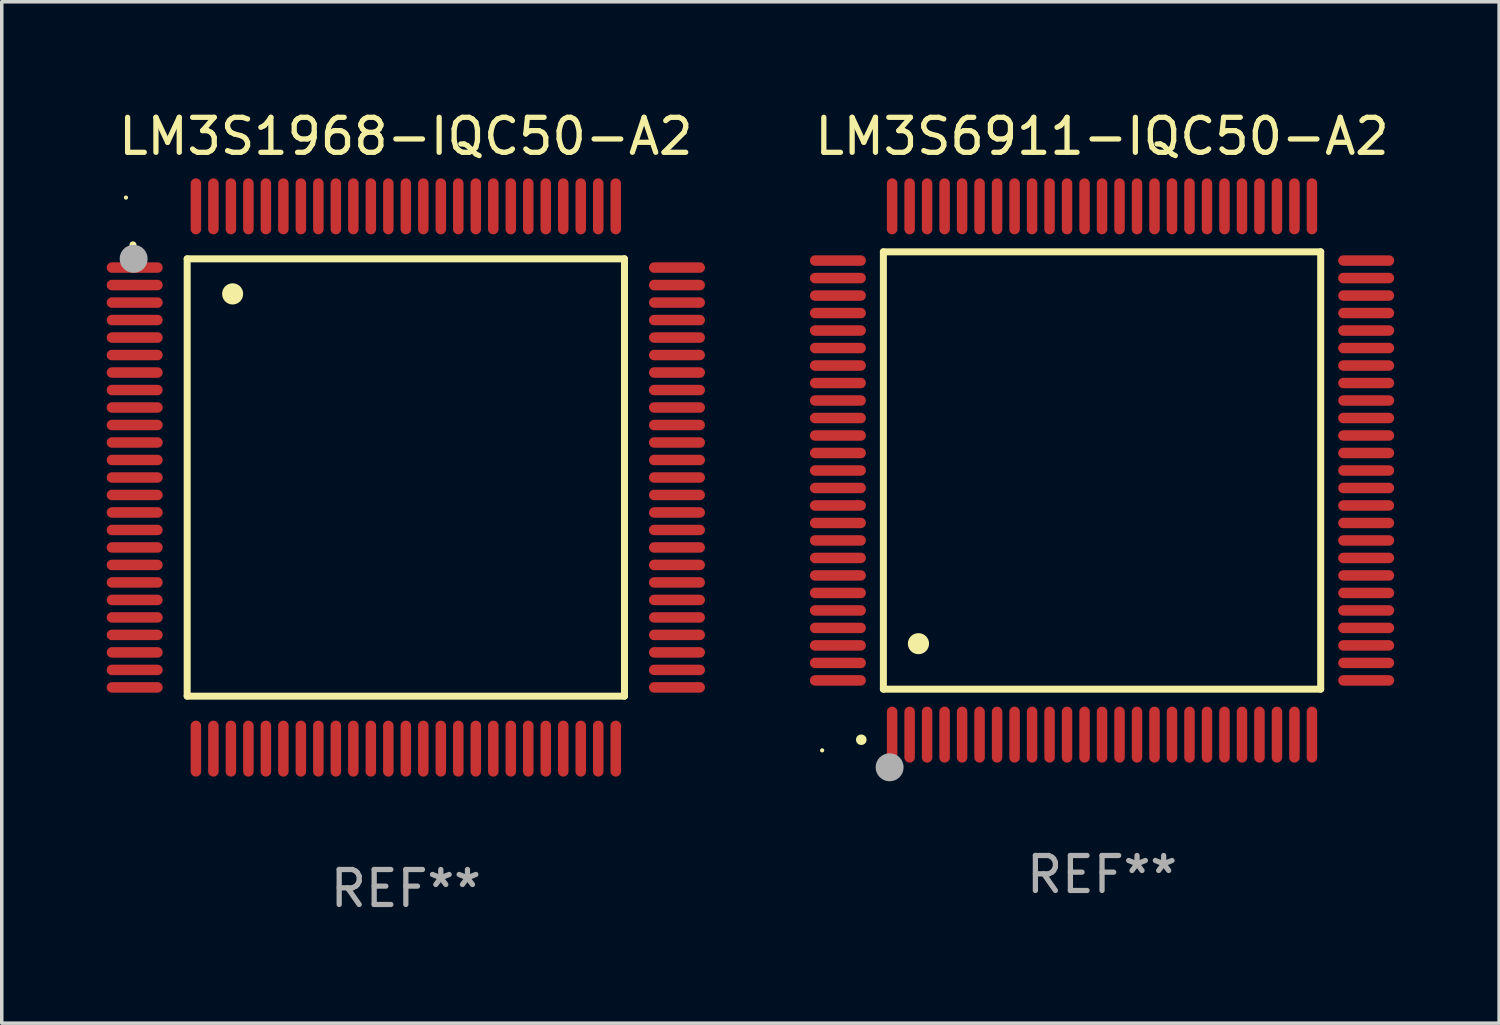
<source format=kicad_pcb>
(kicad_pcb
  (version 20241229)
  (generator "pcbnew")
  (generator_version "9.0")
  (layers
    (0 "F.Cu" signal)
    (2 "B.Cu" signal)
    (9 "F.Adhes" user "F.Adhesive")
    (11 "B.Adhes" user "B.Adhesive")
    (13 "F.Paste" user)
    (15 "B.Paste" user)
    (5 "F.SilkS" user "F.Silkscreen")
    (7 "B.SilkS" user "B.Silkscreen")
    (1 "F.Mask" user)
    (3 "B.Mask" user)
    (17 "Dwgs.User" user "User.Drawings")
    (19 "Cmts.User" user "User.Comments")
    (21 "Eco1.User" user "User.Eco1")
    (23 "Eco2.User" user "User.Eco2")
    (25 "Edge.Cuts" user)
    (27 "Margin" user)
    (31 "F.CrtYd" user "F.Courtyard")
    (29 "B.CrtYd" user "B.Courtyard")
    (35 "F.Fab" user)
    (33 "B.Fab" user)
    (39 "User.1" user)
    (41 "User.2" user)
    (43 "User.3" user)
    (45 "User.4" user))
  (footprint "LM3S1968-IQC50-A2"
    (layer "F.Cu")
    (at 8.55 10.598)
    (property "Reference" "LM3S1968-IQC50-A2" (at 0 -9.75 0) (layer "F.SilkS") (effects (font (size 1 1) (thickness 0.15))))
    (attr through_hole)
    (fp_line (start -6.25 -6.25) (end -6.25 6.25) (stroke (width 0.2) (type solid)) (layer "F.SilkS"))
    (fp_line (start -6.25 6.25) (end 6.25 6.25) (stroke (width 0.2) (type solid)) (layer "F.SilkS"))
    (fp_line (start 6.25 -6.25) (end -6.25 -6.25) (stroke (width 0.2) (type solid)) (layer "F.SilkS"))
    (fp_line (start 6.25 6.25) (end 6.25 -6.25) (stroke (width 0.2) (type solid)) (layer "F.SilkS"))
    (fp_arc (start -7.799568 -6.647625) (mid -7.799571 -6.648463) (end -7.799568 -6.649301) (stroke (width 0.2) (type solid)) (layer "F.SilkS"))
    (fp_arc (start -4.95047 -5.245111) (mid -4.950481 -5.247651) (end -4.95047 -5.250191) (stroke (width 0.6) (type solid)) (layer "F.SilkS"))
    (fp_circle (center -8 -8) (end -7.97 -8) (stroke (width 0.06) (type solid)) (fill no) (layer "F.SilkS"))
    (fp_circle (center -7.78 -6.25) (end -7.58 -6.25) (stroke (width 0.4) (type solid)) (fill no) (layer "F.Fab"))
    (fp_text user "REF**" (at 0 11.75 0) (layer "F.Fab") (effects (font (size 1 1) (thickness 0.15))))
    (pad "1" smd oval (at -7.75 -6 90) (size 0.3 1.6) (layers "F.Cu" "F.Mask" "F.Paste"))
    (pad "2" smd oval (at -7.75 -5.5 90) (size 0.3 1.6) (layers "F.Cu" "F.Mask" "F.Paste"))
    (pad "3" smd oval (at -7.75 -5 90) (size 0.3 1.6) (layers "F.Cu" "F.Mask" "F.Paste"))
    (pad "4" smd oval (at -7.75 -4.5 90) (size 0.3 1.6) (layers "F.Cu" "F.Mask" "F.Paste"))
    (pad "5" smd oval (at -7.75 -4 90) (size 0.3 1.6) (layers "F.Cu" "F.Mask" "F.Paste"))
    (pad "6" smd oval (at -7.75 -3.5 90) (size 0.3 1.6) (layers "F.Cu" "F.Mask" "F.Paste"))
    (pad "7" smd oval (at -7.75 -3 90) (size 0.3 1.6) (layers "F.Cu" "F.Mask" "F.Paste"))
    (pad "8" smd oval (at -7.75 -2.5 90) (size 0.3 1.6) (layers "F.Cu" "F.Mask" "F.Paste"))
    (pad "9" smd oval (at -7.75 -2 90) (size 0.3 1.6) (layers "F.Cu" "F.Mask" "F.Paste"))
    (pad "10" smd oval (at -7.75 -1.5 90) (size 0.3 1.6) (layers "F.Cu" "F.Mask" "F.Paste"))
    (pad "11" smd oval (at -7.75 -1 90) (size 0.3 1.6) (layers "F.Cu" "F.Mask" "F.Paste"))
    (pad "12" smd oval (at -7.75 -0.5 90) (size 0.3 1.6) (layers "F.Cu" "F.Mask" "F.Paste"))
    (pad "13" smd oval (at -7.75 0 90) (size 0.3 1.6) (layers "F.Cu" "F.Mask" "F.Paste"))
    (pad "14" smd oval (at -7.75 0.5 90) (size 0.3 1.6) (layers "F.Cu" "F.Mask" "F.Paste"))
    (pad "15" smd oval (at -7.75 1 90) (size 0.3 1.6) (layers "F.Cu" "F.Mask" "F.Paste"))
    (pad "16" smd oval (at -7.75 1.5 90) (size 0.3 1.6) (layers "F.Cu" "F.Mask" "F.Paste"))
    (pad "17" smd oval (at -7.75 2 90) (size 0.3 1.6) (layers "F.Cu" "F.Mask" "F.Paste"))
    (pad "18" smd oval (at -7.75 2.5 90) (size 0.3 1.6) (layers "F.Cu" "F.Mask" "F.Paste"))
    (pad "19" smd oval (at -7.75 3 90) (size 0.3 1.6) (layers "F.Cu" "F.Mask" "F.Paste"))
    (pad "20" smd oval (at -7.75 3.5 90) (size 0.3 1.6) (layers "F.Cu" "F.Mask" "F.Paste"))
    (pad "21" smd oval (at -7.75 4 90) (size 0.3 1.6) (layers "F.Cu" "F.Mask" "F.Paste"))
    (pad "22" smd oval (at -7.75 4.5 90) (size 0.3 1.6) (layers "F.Cu" "F.Mask" "F.Paste"))
    (pad "23" smd oval (at -7.75 5 90) (size 0.3 1.6) (layers "F.Cu" "F.Mask" "F.Paste"))
    (pad "24" smd oval (at -7.75 5.5 90) (size 0.3 1.6) (layers "F.Cu" "F.Mask" "F.Paste"))
    (pad "25" smd oval (at -7.75 6 90) (size 0.3 1.6) (layers "F.Cu" "F.Mask" "F.Paste"))
    (pad "26" smd oval (at -6 7.75) (size 0.3 1.6) (layers "F.Cu" "F.Mask" "F.Paste"))
    (pad "27" smd oval (at -5.5 7.75) (size 0.3 1.6) (layers "F.Cu" "F.Mask" "F.Paste"))
    (pad "28" smd oval (at -5 7.75) (size 0.3 1.6) (layers "F.Cu" "F.Mask" "F.Paste"))
    (pad "29" smd oval (at -4.5 7.75) (size 0.3 1.6) (layers "F.Cu" "F.Mask" "F.Paste"))
    (pad "30" smd oval (at -4 7.75) (size 0.3 1.6) (layers "F.Cu" "F.Mask" "F.Paste"))
    (pad "31" smd oval (at -3.5 7.75) (size 0.3 1.6) (layers "F.Cu" "F.Mask" "F.Paste"))
    (pad "32" smd oval (at -3 7.75) (size 0.3 1.6) (layers "F.Cu" "F.Mask" "F.Paste"))
    (pad "33" smd oval (at -2.5 7.75) (size 0.3 1.6) (layers "F.Cu" "F.Mask" "F.Paste"))
    (pad "34" smd oval (at -2 7.75) (size 0.3 1.6) (layers "F.Cu" "F.Mask" "F.Paste"))
    (pad "35" smd oval (at -1.5 7.75) (size 0.3 1.6) (layers "F.Cu" "F.Mask" "F.Paste"))
    (pad "36" smd oval (at -1 7.75) (size 0.3 1.6) (layers "F.Cu" "F.Mask" "F.Paste"))
    (pad "37" smd oval (at -0.5 7.75) (size 0.3 1.6) (layers "F.Cu" "F.Mask" "F.Paste"))
    (pad "38" smd oval (at 0 7.75) (size 0.3 1.6) (layers "F.Cu" "F.Mask" "F.Paste"))
    (pad "39" smd oval (at 0.5 7.75) (size 0.3 1.6) (layers "F.Cu" "F.Mask" "F.Paste"))
    (pad "40" smd oval (at 1 7.75) (size 0.3 1.6) (layers "F.Cu" "F.Mask" "F.Paste"))
    (pad "41" smd oval (at 1.5 7.75) (size 0.3 1.6) (layers "F.Cu" "F.Mask" "F.Paste"))
    (pad "42" smd oval (at 2 7.75) (size 0.3 1.6) (layers "F.Cu" "F.Mask" "F.Paste"))
    (pad "43" smd oval (at 2.5 7.75) (size 0.3 1.6) (layers "F.Cu" "F.Mask" "F.Paste"))
    (pad "44" smd oval (at 3 7.75) (size 0.3 1.6) (layers "F.Cu" "F.Mask" "F.Paste"))
    (pad "45" smd oval (at 3.5 7.75) (size 0.3 1.6) (layers "F.Cu" "F.Mask" "F.Paste"))
    (pad "46" smd oval (at 4 7.75) (size 0.3 1.6) (layers "F.Cu" "F.Mask" "F.Paste"))
    (pad "47" smd oval (at 4.5 7.75) (size 0.3 1.6) (layers "F.Cu" "F.Mask" "F.Paste"))
    (pad "48" smd oval (at 5 7.75) (size 0.3 1.6) (layers "F.Cu" "F.Mask" "F.Paste"))
    (pad "49" smd oval (at 5.5 7.75) (size 0.3 1.6) (layers "F.Cu" "F.Mask" "F.Paste"))
    (pad "50" smd oval (at 6 7.75) (size 0.3 1.6) (layers "F.Cu" "F.Mask" "F.Paste"))
    (pad "51" smd oval (at 7.75 6 90) (size 0.3 1.6) (layers "F.Cu" "F.Mask" "F.Paste"))
    (pad "52" smd oval (at 7.75 5.5 90) (size 0.3 1.6) (layers "F.Cu" "F.Mask" "F.Paste"))
    (pad "53" smd oval (at 7.75 5 90) (size 0.3 1.6) (layers "F.Cu" "F.Mask" "F.Paste"))
    (pad "54" smd oval (at 7.75 4.5 90) (size 0.3 1.6) (layers "F.Cu" "F.Mask" "F.Paste"))
    (pad "55" smd oval (at 7.75 4 90) (size 0.3 1.6) (layers "F.Cu" "F.Mask" "F.Paste"))
    (pad "56" smd oval (at 7.75 3.5 90) (size 0.3 1.6) (layers "F.Cu" "F.Mask" "F.Paste"))
    (pad "57" smd oval (at 7.75 3 90) (size 0.3 1.6) (layers "F.Cu" "F.Mask" "F.Paste"))
    (pad "58" smd oval (at 7.75 2.5 90) (size 0.3 1.6) (layers "F.Cu" "F.Mask" "F.Paste"))
    (pad "59" smd oval (at 7.75 2 90) (size 0.3 1.6) (layers "F.Cu" "F.Mask" "F.Paste"))
    (pad "60" smd oval (at 7.75 1.5 90) (size 0.3 1.6) (layers "F.Cu" "F.Mask" "F.Paste"))
    (pad "61" smd oval (at 7.75 1 90) (size 0.3 1.6) (layers "F.Cu" "F.Mask" "F.Paste"))
    (pad "62" smd oval (at 7.75 0.5 90) (size 0.3 1.6) (layers "F.Cu" "F.Mask" "F.Paste"))
    (pad "63" smd oval (at 7.75 0 90) (size 0.3 1.6) (layers "F.Cu" "F.Mask" "F.Paste"))
    (pad "64" smd oval (at 7.75 -0.5 90) (size 0.3 1.6) (layers "F.Cu" "F.Mask" "F.Paste"))
    (pad "65" smd oval (at 7.75 -1 90) (size 0.3 1.6) (layers "F.Cu" "F.Mask" "F.Paste"))
    (pad "66" smd oval (at 7.75 -1.5 90) (size 0.3 1.6) (layers "F.Cu" "F.Mask" "F.Paste"))
    (pad "67" smd oval (at 7.75 -2 90) (size 0.3 1.6) (layers "F.Cu" "F.Mask" "F.Paste"))
    (pad "68" smd oval (at 7.75 -2.5 90) (size 0.3 1.6) (layers "F.Cu" "F.Mask" "F.Paste"))
    (pad "69" smd oval (at 7.75 -3 90) (size 0.3 1.6) (layers "F.Cu" "F.Mask" "F.Paste"))
    (pad "70" smd oval (at 7.75 -3.5 90) (size 0.3 1.6) (layers "F.Cu" "F.Mask" "F.Paste"))
    (pad "71" smd oval (at 7.75 -4 90) (size 0.3 1.6) (layers "F.Cu" "F.Mask" "F.Paste"))
    (pad "72" smd oval (at 7.75 -4.5 90) (size 0.3 1.6) (layers "F.Cu" "F.Mask" "F.Paste"))
    (pad "73" smd oval (at 7.75 -5 90) (size 0.3 1.6) (layers "F.Cu" "F.Mask" "F.Paste"))
    (pad "74" smd oval (at 7.75 -5.5 90) (size 0.3 1.6) (layers "F.Cu" "F.Mask" "F.Paste"))
    (pad "75" smd oval (at 7.75 -6 90) (size 0.3 1.6) (layers "F.Cu" "F.Mask" "F.Paste"))
    (pad "76" smd oval (at 6 -7.75) (size 0.3 1.6) (layers "F.Cu" "F.Mask" "F.Paste"))
    (pad "77" smd oval (at 5.5 -7.75) (size 0.3 1.6) (layers "F.Cu" "F.Mask" "F.Paste"))
    (pad "78" smd oval (at 5 -7.75) (size 0.3 1.6) (layers "F.Cu" "F.Mask" "F.Paste"))
    (pad "79" smd oval (at 4.5 -7.75) (size 0.3 1.6) (layers "F.Cu" "F.Mask" "F.Paste"))
    (pad "80" smd oval (at 4 -7.75) (size 0.3 1.6) (layers "F.Cu" "F.Mask" "F.Paste"))
    (pad "81" smd oval (at 3.5 -7.75) (size 0.3 1.6) (layers "F.Cu" "F.Mask" "F.Paste"))
    (pad "82" smd oval (at 3 -7.75) (size 0.3 1.6) (layers "F.Cu" "F.Mask" "F.Paste"))
    (pad "83" smd oval (at 2.5 -7.75) (size 0.3 1.6) (layers "F.Cu" "F.Mask" "F.Paste"))
    (pad "84" smd oval (at 2 -7.75) (size 0.3 1.6) (layers "F.Cu" "F.Mask" "F.Paste"))
    (pad "85" smd oval (at 1.5 -7.75) (size 0.3 1.6) (layers "F.Cu" "F.Mask" "F.Paste"))
    (pad "86" smd oval (at 1 -7.75) (size 0.3 1.6) (layers "F.Cu" "F.Mask" "F.Paste"))
    (pad "87" smd oval (at 0.5 -7.75) (size 0.3 1.6) (layers "F.Cu" "F.Mask" "F.Paste"))
    (pad "88" smd oval (at 0 -7.75) (size 0.3 1.6) (layers "F.Cu" "F.Mask" "F.Paste"))
    (pad "89" smd oval (at -0.5 -7.75) (size 0.3 1.6) (layers "F.Cu" "F.Mask" "F.Paste"))
    (pad "90" smd oval (at -1 -7.75) (size 0.3 1.6) (layers "F.Cu" "F.Mask" "F.Paste"))
    (pad "91" smd oval (at -1.5 -7.75) (size 0.3 1.6) (layers "F.Cu" "F.Mask" "F.Paste"))
    (pad "92" smd oval (at -2 -7.75) (size 0.3 1.6) (layers "F.Cu" "F.Mask" "F.Paste"))
    (pad "93" smd oval (at -2.5 -7.75) (size 0.3 1.6) (layers "F.Cu" "F.Mask" "F.Paste"))
    (pad "94" smd oval (at -3 -7.75) (size 0.3 1.6) (layers "F.Cu" "F.Mask" "F.Paste"))
    (pad "95" smd oval (at -3.5 -7.75) (size 0.3 1.6) (layers "F.Cu" "F.Mask" "F.Paste"))
    (pad "96" smd oval (at -4 -7.75) (size 0.3 1.6) (layers "F.Cu" "F.Mask" "F.Paste"))
    (pad "97" smd oval (at -4.5 -7.75) (size 0.3 1.6) (layers "F.Cu" "F.Mask" "F.Paste"))
    (pad "98" smd oval (at -5 -7.75) (size 0.3 1.6) (layers "F.Cu" "F.Mask" "F.Paste"))
    (pad "99" smd oval (at -5.5 -7.75) (size 0.3 1.6) (layers "F.Cu" "F.Mask" "F.Paste"))
    (pad "100" smd oval (at -6 -7.75) (size 0.3 1.6) (layers "F.Cu" "F.Mask" "F.Paste")))
  (footprint "LM3S6911-IQC50-A2"
    (layer "F.Cu")
    (at 28.45 10.398)
    (property "Reference" "LM3S6911-IQC50-A2" (at 0 -9.55 0) (layer "F.SilkS") (effects (font (size 1 1) (thickness 0.15))))
    (attr through_hole)
    (fp_line (start -6.25 -6.25) (end -6.25 6.25) (stroke (width 0.2) (type solid)) (layer "F.SilkS"))
    (fp_line (start -6.25 6.25) (end 6.25 6.25) (stroke (width 0.2) (type solid)) (layer "F.SilkS"))
    (fp_line (start 6.25 -6.25) (end -6.25 -6.25) (stroke (width 0.2) (type solid)) (layer "F.SilkS"))
    (fp_line (start 6.25 6.25) (end 6.25 -6.25) (stroke (width 0.2) (type solid)) (layer "F.SilkS"))
    (fp_arc (start -6.883414 7.696215) (mid -6.882144 7.69621) (end -6.880874 7.696215) (stroke (width 0.3) (type solid)) (layer "F.SilkS"))
    (fp_arc (start -5.250191 4.95047) (mid -5.247651 4.950459) (end -5.245111 4.95047) (stroke (width 0.6) (type solid)) (layer "F.SilkS"))
    (fp_circle (center -8 8) (end -7.97 8) (stroke (width 0.06) (type solid)) (fill no) (layer "F.SilkS"))
    (fp_circle (center -6.071 8.484) (end -5.871 8.484) (stroke (width 0.4) (type solid)) (fill no) (layer "F.Fab"))
    (fp_text user "REF**" (at 0 11.55 0) (layer "F.Fab") (effects (font (size 1 1) (thickness 0.15))))
    (pad "1" smd oval (at -6 7.55) (size 0.3 1.6) (layers "F.Cu" "F.Mask" "F.Paste"))
    (pad "2" smd oval (at -5.5 7.55) (size 0.3 1.6) (layers "F.Cu" "F.Mask" "F.Paste"))
    (pad "3" smd oval (at -5 7.55) (size 0.3 1.6) (layers "F.Cu" "F.Mask" "F.Paste"))
    (pad "4" smd oval (at -4.5 7.55) (size 0.3 1.6) (layers "F.Cu" "F.Mask" "F.Paste"))
    (pad "5" smd oval (at -4 7.55) (size 0.3 1.6) (layers "F.Cu" "F.Mask" "F.Paste"))
    (pad "6" smd oval (at -3.5 7.55) (size 0.3 1.6) (layers "F.Cu" "F.Mask" "F.Paste"))
    (pad "7" smd oval (at -3 7.55) (size 0.3 1.6) (layers "F.Cu" "F.Mask" "F.Paste"))
    (pad "8" smd oval (at -2.5 7.55) (size 0.3 1.6) (layers "F.Cu" "F.Mask" "F.Paste"))
    (pad "9" smd oval (at -2 7.55) (size 0.3 1.6) (layers "F.Cu" "F.Mask" "F.Paste"))
    (pad "10" smd oval (at -1.5 7.55) (size 0.3 1.6) (layers "F.Cu" "F.Mask" "F.Paste"))
    (pad "11" smd oval (at -1 7.55) (size 0.3 1.6) (layers "F.Cu" "F.Mask" "F.Paste"))
    (pad "12" smd oval (at -0.5 7.55) (size 0.3 1.6) (layers "F.Cu" "F.Mask" "F.Paste"))
    (pad "13" smd oval (at 0 7.55) (size 0.3 1.6) (layers "F.Cu" "F.Mask" "F.Paste"))
    (pad "14" smd oval (at 0.5 7.55) (size 0.3 1.6) (layers "F.Cu" "F.Mask" "F.Paste"))
    (pad "15" smd oval (at 1 7.55) (size 0.3 1.6) (layers "F.Cu" "F.Mask" "F.Paste"))
    (pad "16" smd oval (at 1.5 7.55) (size 0.3 1.6) (layers "F.Cu" "F.Mask" "F.Paste"))
    (pad "17" smd oval (at 2 7.55) (size 0.3 1.6) (layers "F.Cu" "F.Mask" "F.Paste"))
    (pad "18" smd oval (at 2.5 7.55) (size 0.3 1.6) (layers "F.Cu" "F.Mask" "F.Paste"))
    (pad "19" smd oval (at 3 7.55) (size 0.3 1.6) (layers "F.Cu" "F.Mask" "F.Paste"))
    (pad "20" smd oval (at 3.5 7.55) (size 0.3 1.6) (layers "F.Cu" "F.Mask" "F.Paste"))
    (pad "21" smd oval (at 4 7.55) (size 0.3 1.6) (layers "F.Cu" "F.Mask" "F.Paste"))
    (pad "22" smd oval (at 4.5 7.55) (size 0.3 1.6) (layers "F.Cu" "F.Mask" "F.Paste"))
    (pad "23" smd oval (at 5 7.55) (size 0.3 1.6) (layers "F.Cu" "F.Mask" "F.Paste"))
    (pad "24" smd oval (at 5.5 7.55) (size 0.3 1.6) (layers "F.Cu" "F.Mask" "F.Paste"))
    (pad "25" smd oval (at 6 7.55) (size 0.3 1.6) (layers "F.Cu" "F.Mask" "F.Paste"))
    (pad "26" smd oval (at 7.55 6) (size 1.6 0.3) (layers "F.Cu" "F.Mask" "F.Paste"))
    (pad "27" smd oval (at 7.55 5.5) (size 1.6 0.3) (layers "F.Cu" "F.Mask" "F.Paste"))
    (pad "28" smd oval (at 7.55 5) (size 1.6 0.3) (layers "F.Cu" "F.Mask" "F.Paste"))
    (pad "29" smd oval (at 7.55 4.5) (size 1.6 0.3) (layers "F.Cu" "F.Mask" "F.Paste"))
    (pad "30" smd oval (at 7.55 4) (size 1.6 0.3) (layers "F.Cu" "F.Mask" "F.Paste"))
    (pad "31" smd oval (at 7.55 3.5) (size 1.6 0.3) (layers "F.Cu" "F.Mask" "F.Paste"))
    (pad "32" smd oval (at 7.55 3) (size 1.6 0.3) (layers "F.Cu" "F.Mask" "F.Paste"))
    (pad "33" smd oval (at 7.55 2.5) (size 1.6 0.3) (layers "F.Cu" "F.Mask" "F.Paste"))
    (pad "34" smd oval (at 7.55 2) (size 1.6 0.3) (layers "F.Cu" "F.Mask" "F.Paste"))
    (pad "35" smd oval (at 7.55 1.5) (size 1.6 0.3) (layers "F.Cu" "F.Mask" "F.Paste"))
    (pad "36" smd oval (at 7.55 1) (size 1.6 0.3) (layers "F.Cu" "F.Mask" "F.Paste"))
    (pad "37" smd oval (at 7.55 0.5) (size 1.6 0.3) (layers "F.Cu" "F.Mask" "F.Paste"))
    (pad "38" smd oval (at 7.55 0) (size 1.6 0.3) (layers "F.Cu" "F.Mask" "F.Paste"))
    (pad "39" smd oval (at 7.55 -0.5) (size 1.6 0.3) (layers "F.Cu" "F.Mask" "F.Paste"))
    (pad "40" smd oval (at 7.55 -1) (size 1.6 0.3) (layers "F.Cu" "F.Mask" "F.Paste"))
    (pad "41" smd oval (at 7.55 -1.5) (size 1.6 0.3) (layers "F.Cu" "F.Mask" "F.Paste"))
    (pad "42" smd oval (at 7.55 -2) (size 1.6 0.3) (layers "F.Cu" "F.Mask" "F.Paste"))
    (pad "43" smd oval (at 7.55 -2.5) (size 1.6 0.3) (layers "F.Cu" "F.Mask" "F.Paste"))
    (pad "44" smd oval (at 7.55 -3) (size 1.6 0.3) (layers "F.Cu" "F.Mask" "F.Paste"))
    (pad "45" smd oval (at 7.55 -3.5) (size 1.6 0.3) (layers "F.Cu" "F.Mask" "F.Paste"))
    (pad "46" smd oval (at 7.55 -4) (size 1.6 0.3) (layers "F.Cu" "F.Mask" "F.Paste"))
    (pad "47" smd oval (at 7.55 -4.5) (size 1.6 0.3) (layers "F.Cu" "F.Mask" "F.Paste"))
    (pad "48" smd oval (at 7.55 -5) (size 1.6 0.3) (layers "F.Cu" "F.Mask" "F.Paste"))
    (pad "49" smd oval (at 7.55 -5.5) (size 1.6 0.3) (layers "F.Cu" "F.Mask" "F.Paste"))
    (pad "50" smd oval (at 7.55 -6) (size 1.6 0.3) (layers "F.Cu" "F.Mask" "F.Paste"))
    (pad "51" smd oval (at 6 -7.55) (size 0.3 1.6) (layers "F.Cu" "F.Mask" "F.Paste"))
    (pad "52" smd oval (at 5.5 -7.55) (size 0.3 1.6) (layers "F.Cu" "F.Mask" "F.Paste"))
    (pad "53" smd oval (at 5 -7.55) (size 0.3 1.6) (layers "F.Cu" "F.Mask" "F.Paste"))
    (pad "54" smd oval (at 4.5 -7.55) (size 0.3 1.6) (layers "F.Cu" "F.Mask" "F.Paste"))
    (pad "55" smd oval (at 4 -7.55) (size 0.3 1.6) (layers "F.Cu" "F.Mask" "F.Paste"))
    (pad "56" smd oval (at 3.5 -7.55) (size 0.3 1.6) (layers "F.Cu" "F.Mask" "F.Paste"))
    (pad "57" smd oval (at 3 -7.55) (size 0.3 1.6) (layers "F.Cu" "F.Mask" "F.Paste"))
    (pad "58" smd oval (at 2.5 -7.55) (size 0.3 1.6) (layers "F.Cu" "F.Mask" "F.Paste"))
    (pad "59" smd oval (at 2 -7.55) (size 0.3 1.6) (layers "F.Cu" "F.Mask" "F.Paste"))
    (pad "60" smd oval (at 1.5 -7.55) (size 0.3 1.6) (layers "F.Cu" "F.Mask" "F.Paste"))
    (pad "61" smd oval (at 1 -7.55) (size 0.3 1.6) (layers "F.Cu" "F.Mask" "F.Paste"))
    (pad "62" smd oval (at 0.5 -7.55) (size 0.3 1.6) (layers "F.Cu" "F.Mask" "F.Paste"))
    (pad "63" smd oval (at 0 -7.55) (size 0.3 1.6) (layers "F.Cu" "F.Mask" "F.Paste"))
    (pad "64" smd oval (at -0.5 -7.55) (size 0.3 1.6) (layers "F.Cu" "F.Mask" "F.Paste"))
    (pad "65" smd oval (at -1 -7.55) (size 0.3 1.6) (layers "F.Cu" "F.Mask" "F.Paste"))
    (pad "66" smd oval (at -1.5 -7.55) (size 0.3 1.6) (layers "F.Cu" "F.Mask" "F.Paste"))
    (pad "67" smd oval (at -2 -7.55) (size 0.3 1.6) (layers "F.Cu" "F.Mask" "F.Paste"))
    (pad "68" smd oval (at -2.5 -7.55) (size 0.3 1.6) (layers "F.Cu" "F.Mask" "F.Paste"))
    (pad "69" smd oval (at -3 -7.55) (size 0.3 1.6) (layers "F.Cu" "F.Mask" "F.Paste"))
    (pad "70" smd oval (at -3.5 -7.55) (size 0.3 1.6) (layers "F.Cu" "F.Mask" "F.Paste"))
    (pad "71" smd oval (at -4 -7.55) (size 0.3 1.6) (layers "F.Cu" "F.Mask" "F.Paste"))
    (pad "72" smd oval (at -4.5 -7.55) (size 0.3 1.6) (layers "F.Cu" "F.Mask" "F.Paste"))
    (pad "73" smd oval (at -5 -7.55) (size 0.3 1.6) (layers "F.Cu" "F.Mask" "F.Paste"))
    (pad "74" smd oval (at -5.5 -7.55) (size 0.3 1.6) (layers "F.Cu" "F.Mask" "F.Paste"))
    (pad "75" smd oval (at -6 -7.55) (size 0.3 1.6) (layers "F.Cu" "F.Mask" "F.Paste"))
    (pad "76" smd oval (at -7.55 -6) (size 1.6 0.3) (layers "F.Cu" "F.Mask" "F.Paste"))
    (pad "77" smd oval (at -7.55 -5.5) (size 1.6 0.3) (layers "F.Cu" "F.Mask" "F.Paste"))
    (pad "78" smd oval (at -7.55 -5) (size 1.6 0.3) (layers "F.Cu" "F.Mask" "F.Paste"))
    (pad "79" smd oval (at -7.55 -4.5) (size 1.6 0.3) (layers "F.Cu" "F.Mask" "F.Paste"))
    (pad "80" smd oval (at -7.55 -4) (size 1.6 0.3) (layers "F.Cu" "F.Mask" "F.Paste"))
    (pad "81" smd oval (at -7.55 -3.5) (size 1.6 0.3) (layers "F.Cu" "F.Mask" "F.Paste"))
    (pad "82" smd oval (at -7.55 -3) (size 1.6 0.3) (layers "F.Cu" "F.Mask" "F.Paste"))
    (pad "83" smd oval (at -7.55 -2.5) (size 1.6 0.3) (layers "F.Cu" "F.Mask" "F.Paste"))
    (pad "84" smd oval (at -7.55 -2) (size 1.6 0.3) (layers "F.Cu" "F.Mask" "F.Paste"))
    (pad "85" smd oval (at -7.55 -1.5) (size 1.6 0.3) (layers "F.Cu" "F.Mask" "F.Paste"))
    (pad "86" smd oval (at -7.55 -1) (size 1.6 0.3) (layers "F.Cu" "F.Mask" "F.Paste"))
    (pad "87" smd oval (at -7.55 -0.5) (size 1.6 0.3) (layers "F.Cu" "F.Mask" "F.Paste"))
    (pad "88" smd oval (at -7.55 0) (size 1.6 0.3) (layers "F.Cu" "F.Mask" "F.Paste"))
    (pad "89" smd oval (at -7.55 0.5) (size 1.6 0.3) (layers "F.Cu" "F.Mask" "F.Paste"))
    (pad "90" smd oval (at -7.55 1) (size 1.6 0.3) (layers "F.Cu" "F.Mask" "F.Paste"))
    (pad "91" smd oval (at -7.55 1.5) (size 1.6 0.3) (layers "F.Cu" "F.Mask" "F.Paste"))
    (pad "92" smd oval (at -7.55 2) (size 1.6 0.3) (layers "F.Cu" "F.Mask" "F.Paste"))
    (pad "93" smd oval (at -7.55 2.5) (size 1.6 0.3) (layers "F.Cu" "F.Mask" "F.Paste"))
    (pad "94" smd oval (at -7.55 3) (size 1.6 0.3) (layers "F.Cu" "F.Mask" "F.Paste"))
    (pad "95" smd oval (at -7.55 3.5) (size 1.6 0.3) (layers "F.Cu" "F.Mask" "F.Paste"))
    (pad "96" smd oval (at -7.55 4) (size 1.6 0.3) (layers "F.Cu" "F.Mask" "F.Paste"))
    (pad "97" smd oval (at -7.55 4.5) (size 1.6 0.3) (layers "F.Cu" "F.Mask" "F.Paste"))
    (pad "98" smd oval (at -7.55 5) (size 1.6 0.3) (layers "F.Cu" "F.Mask" "F.Paste"))
    (pad "99" smd oval (at -7.55 5.5) (size 1.6 0.3) (layers "F.Cu" "F.Mask" "F.Paste"))
    (pad "100" smd oval (at -7.55 6) (size 1.6 0.3) (layers "F.Cu" "F.Mask" "F.Paste")))
  (gr_rect
    (start -3 -3)
    (end 39.8 26.196)
    (stroke (width 0.1) (type default))
    (fill no)
    (layer "Edge.Cuts")))
</source>
